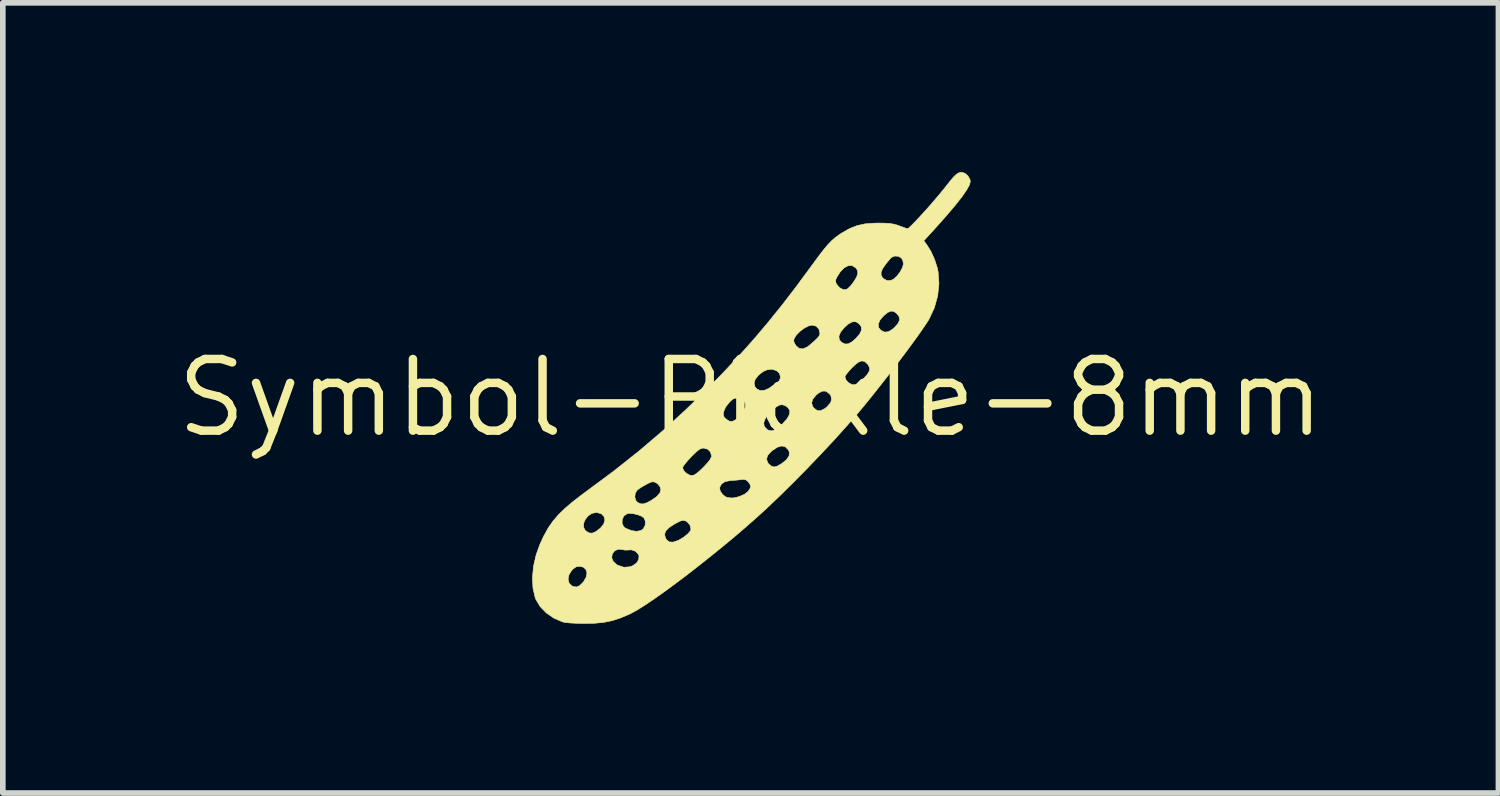
<source format=kicad_pcb>
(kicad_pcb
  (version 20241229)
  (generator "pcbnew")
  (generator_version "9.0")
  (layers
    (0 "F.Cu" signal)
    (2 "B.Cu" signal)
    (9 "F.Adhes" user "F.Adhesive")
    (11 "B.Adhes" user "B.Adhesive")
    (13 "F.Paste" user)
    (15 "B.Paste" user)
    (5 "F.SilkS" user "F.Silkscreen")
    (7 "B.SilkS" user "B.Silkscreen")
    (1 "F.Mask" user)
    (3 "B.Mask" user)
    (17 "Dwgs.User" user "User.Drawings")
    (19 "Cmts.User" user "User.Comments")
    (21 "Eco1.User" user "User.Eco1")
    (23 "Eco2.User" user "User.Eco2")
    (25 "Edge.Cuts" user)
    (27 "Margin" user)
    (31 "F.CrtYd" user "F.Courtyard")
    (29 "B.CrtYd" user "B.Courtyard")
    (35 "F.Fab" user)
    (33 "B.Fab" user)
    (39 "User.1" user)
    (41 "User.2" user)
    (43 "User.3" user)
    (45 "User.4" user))
  (footprint "Symbol-Pickle-8mm"
    (layer "F.Cu")
    (at 10.258 4.005)
    (property "Reference" "Symbol-Pickle-8mm" (at 0 0 0) (layer "F.SilkS") (effects (font (size 1.27 1.27) (thickness 0.15))))
    (attr through_hole)
    (fp_poly (pts (xy 3.801 -3.982) (xy 3.853 -3.936) (xy 3.887 -3.876) (xy 3.895 -3.836) (xy 3.879 -3.776) (xy 3.831 -3.689) (xy 3.752 -3.574) (xy 3.641 -3.432) (xy 3.499 -3.263) (xy 3.326 -3.067) (xy 3.253 -2.986) (xy 3.07 -2.786) (xy 3.123 -2.716) (xy 3.196 -2.6) (xy 3.26 -2.459) (xy 3.308 -2.312) (xy 3.324 -2.237) (xy 3.339 -2.025) (xy 3.316 -1.809) (xy 3.257 -1.597) (xy 3.164 -1.398) (xy 3.138 -1.355) (xy 3.061 -1.24) (xy 2.962 -1.098) (xy 2.844 -0.936) (xy 2.712 -0.758) (xy 2.57 -0.571) (xy 2.424 -0.38) (xy 2.276 -0.191) (xy 2.132 -0.01) (xy 1.996 0.157) (xy 1.897 0.275) (xy 1.702 0.499) (xy 1.484 0.741) (xy 1.25 0.992) (xy 1.007 1.246) (xy 0.762 1.494) (xy 0.523 1.73) (xy 0.296 1.947) (xy 0.116 2.111) (xy -0.079 2.283) (xy -0.285 2.46) (xy -0.499 2.637) (xy -0.716 2.813) (xy -0.933 2.985) (xy -1.145 3.15) (xy -1.35 3.304) (xy -1.543 3.445) (xy -1.72 3.57) (xy -1.878 3.676) (xy -2.013 3.761) (xy -2.121 3.82) (xy -2.141 3.83) (xy -2.303 3.899) (xy -2.452 3.948) (xy -2.602 3.979) (xy -2.766 3.995) (xy -2.951 3.999) (xy -3.084 3.996) (xy -3.199 3.99) (xy -3.287 3.981) (xy -3.334 3.971) (xy -3.487 3.905) (xy -3.622 3.812) (xy -3.731 3.7) (xy -3.807 3.574) (xy -3.82 3.54) (xy -3.859 3.372) (xy -3.867 3.212) (xy -3.236 3.212) (xy -3.22 3.28) (xy -3.174 3.33) (xy -3.148 3.342) (xy -3.088 3.352) (xy -3.033 3.33) (xy -2.974 3.273) (xy -2.963 3.259) (xy -2.916 3.179) (xy -2.902 3.104) (xy -2.92 3.042) (xy -2.966 3) (xy -3.039 2.985) (xy -3.095 2.995) (xy -3.147 3.032) (xy -3.173 3.059) (xy -3.221 3.136) (xy -3.236 3.212) (xy -3.867 3.212) (xy -3.868 3.184) (xy -3.849 2.982) (xy -3.815 2.834) (xy -2.463 2.834) (xy -2.435 2.9) (xy -2.373 2.956) (xy -2.349 2.969) (xy -2.245 3.002) (xy -2.142 2.994) (xy -2.085 2.972) (xy -2.022 2.926) (xy -1.985 2.866) (xy -1.979 2.802) (xy -1.988 2.775) (xy -2.041 2.718) (xy -2.114 2.693) (xy -2.162 2.696) (xy -2.226 2.698) (xy -2.276 2.688) (xy -2.346 2.682) (xy -2.411 2.711) (xy -2.453 2.766) (xy -2.463 2.834) (xy -3.815 2.834) (xy -3.801 2.776) (xy -3.736 2.597) (xy -3.667 2.446) (xy -3.651 2.419) (xy -1.526 2.419) (xy -1.51 2.482) (xy -1.491 2.514) (xy -1.441 2.553) (xy -1.371 2.556) (xy -1.279 2.524) (xy -1.272 2.52) (xy -1.185 2.468) (xy -1.115 2.412) (xy -1.07 2.36) (xy -1.058 2.325) (xy -1.077 2.25) (xy -1.129 2.193) (xy -1.157 2.179) (xy -1.193 2.171) (xy -1.234 2.178) (xy -1.291 2.204) (xy -1.346 2.234) (xy -1.446 2.298) (xy -1.505 2.358) (xy -1.526 2.419) (xy -3.651 2.419) (xy -3.593 2.313) (xy -3.575 2.286) (xy -2.963 2.286) (xy -2.937 2.343) (xy -2.926 2.354) (xy -2.869 2.392) (xy -2.811 2.398) (xy -2.747 2.372) (xy -2.668 2.312) (xy -2.661 2.306) (xy -2.605 2.236) (xy -2.6 2.219) (xy -2.279 2.219) (xy -2.254 2.278) (xy -2.217 2.31) (xy -2.117 2.351) (xy -2.024 2.365) (xy -1.948 2.352) (xy -1.906 2.324) (xy -1.87 2.259) (xy -1.867 2.185) (xy -1.89 2.129) (xy -1.933 2.097) (xy -2.002 2.07) (xy -2.08 2.052) (xy -2.152 2.047) (xy -2.192 2.054) (xy -2.247 2.093) (xy -2.276 2.153) (xy -2.279 2.219) (xy -2.6 2.219) (xy -2.584 2.166) (xy -2.598 2.104) (xy -2.643 2.057) (xy -2.717 2.033) (xy -2.743 2.032) (xy -2.817 2.048) (xy -2.881 2.091) (xy -2.93 2.151) (xy -2.959 2.219) (xy -2.963 2.286) (xy -3.575 2.286) (xy -3.51 2.192) (xy -3.413 2.077) (xy -3.296 1.962) (xy -3.155 1.842) (xy -3.047 1.759) (xy -2.053 1.759) (xy -2.034 1.821) (xy -2.006 1.851) (xy -1.955 1.877) (xy -1.901 1.879) (xy -1.834 1.856) (xy -1.757 1.814) (xy -1.663 1.748) (xy -1.609 1.686) (xy -1.592 1.625) (xy -1.597 1.608) (xy -0.55 1.608) (xy -0.534 1.661) (xy -0.493 1.715) (xy -0.442 1.754) (xy -0.418 1.763) (xy -0.355 1.773) (xy -0.302 1.772) (xy -0.24 1.759) (xy -0.196 1.746) (xy -0.108 1.708) (xy -0.042 1.655) (xy -0.005 1.596) (xy 0 1.567) (xy -0.014 1.527) (xy -0.045 1.484) (xy -0.082 1.453) (xy -0.125 1.444) (xy -0.177 1.449) (xy -0.256 1.458) (xy -0.344 1.465) (xy -0.367 1.467) (xy -0.455 1.484) (xy -0.517 1.526) (xy -0.548 1.586) (xy -0.55 1.608) (xy -1.597 1.608) (xy -1.604 1.579) (xy -1.643 1.528) (xy -1.685 1.498) (xy -1.721 1.487) (xy -1.758 1.49) (xy -1.809 1.511) (xy -1.856 1.536) (xy -1.925 1.575) (xy -1.984 1.614) (xy -2.012 1.636) (xy -2.046 1.691) (xy -2.053 1.759) (xy -3.047 1.759) (xy -2.984 1.71) (xy -2.885 1.637) (xy -2.416 1.289) (xy -2.351 1.237) (xy -1.206 1.237) (xy -1.188 1.285) (xy -1.144 1.332) (xy -1.087 1.366) (xy -1.043 1.376) (xy -1.005 1.368) (xy -0.959 1.34) (xy -0.899 1.289) (xy -0.838 1.23) (xy -0.762 1.149) (xy -0.716 1.089) (xy -0.714 1.084) (xy 0.282 1.084) (xy 0.303 1.148) (xy 0.325 1.174) (xy 0.372 1.212) (xy 0.417 1.224) (xy 0.472 1.209) (xy 0.547 1.167) (xy 0.552 1.163) (xy 0.636 1.096) (xy 0.682 1.027) (xy 0.686 0.96) (xy 0.669 0.921) (xy 0.616 0.867) (xy 0.553 0.851) (xy 0.476 0.873) (xy 0.385 0.933) (xy 0.366 0.948) (xy 0.303 1.018) (xy 0.282 1.084) (xy -0.714 1.084) (xy -0.695 1.044) (xy -0.693 1.028) (xy -0.712 0.958) (xy -0.762 0.908) (xy -0.834 0.889) (xy -0.836 0.889) (xy -0.872 0.894) (xy -0.911 0.913) (xy -0.958 0.951) (xy -1.023 1.013) (xy -1.055 1.045) (xy -1.118 1.114) (xy -1.169 1.175) (xy -1.2 1.22) (xy -1.206 1.237) (xy -2.351 1.237) (xy -1.978 0.941) (xy -1.56 0.585) (xy -1.4 0.439) (xy 0.232 0.439) (xy 0.241 0.504) (xy 0.29 0.557) (xy 0.307 0.568) (xy 0.363 0.584) (xy 0.426 0.569) (xy 0.5 0.519) (xy 0.567 0.459) (xy 0.649 0.366) (xy 0.691 0.288) (xy 0.694 0.221) (xy 0.657 0.167) (xy 0.612 0.137) (xy 0.56 0.12) (xy 0.507 0.128) (xy 0.448 0.163) (xy 0.374 0.229) (xy 0.333 0.272) (xy 0.262 0.362) (xy 0.232 0.439) (xy -1.4 0.439) (xy -1.252 0.304) (xy -0.484 0.304) (xy -0.468 0.343) (xy -0.436 0.374) (xy -0.379 0.412) (xy -0.327 0.418) (xy -0.271 0.391) (xy -0.204 0.328) (xy -0.198 0.323) (xy -0.13 0.24) (xy -0.095 0.172) (xy -0.091 0.112) (xy -0.099 0.091) (xy 1.081 0.091) (xy 1.102 0.154) (xy 1.126 0.184) (xy 1.182 0.224) (xy 1.243 0.226) (xy 1.314 0.19) (xy 1.355 0.156) (xy 1.417 0.085) (xy 1.439 0.019) (xy 1.42 -0.044) (xy 1.393 -0.078) (xy 1.334 -0.12) (xy 1.269 -0.121) (xy 1.197 -0.081) (xy 1.16 -0.049) (xy 1.1 0.025) (xy 1.081 0.091) (xy -0.099 0.091) (xy -0.109 0.065) (xy -0.145 0.024) (xy -0.202 0.006) (xy -0.22 0.004) (xy -0.271 0.004) (xy -0.312 0.019) (xy -0.357 0.057) (xy -0.382 0.083) (xy -0.443 0.162) (xy -0.476 0.239) (xy -0.478 0.247) (xy -0.484 0.304) (xy -1.252 0.304) (xy -1.152 0.212) (xy -0.802 -0.127) (xy -0.673 -0.258) (xy 0.062 -0.258) (xy 0.076 -0.199) (xy 0.115 -0.155) (xy 0.173 -0.131) (xy 0.245 -0.135) (xy 0.325 -0.17) (xy 0.339 -0.18) (xy 0.39 -0.213) (xy 0.429 -0.232) (xy 0.437 -0.233) (xy 0.471 -0.251) (xy 0.504 -0.295) (xy 0.526 -0.349) (xy 0.529 -0.375) (xy 1.672 -0.375) (xy 1.691 -0.318) (xy 1.737 -0.268) (xy 1.798 -0.237) (xy 1.829 -0.233) (xy 1.873 -0.239) (xy 1.915 -0.261) (xy 1.967 -0.307) (xy 2.008 -0.348) (xy 2.073 -0.422) (xy 2.106 -0.48) (xy 2.111 -0.529) (xy 2.089 -0.578) (xy 2.073 -0.6) (xy 2.024 -0.646) (xy 1.972 -0.657) (xy 1.912 -0.635) (xy 1.839 -0.577) (xy 1.792 -0.531) (xy 1.736 -0.469) (xy 1.694 -0.416) (xy 1.673 -0.38) (xy 1.672 -0.375) (xy 0.529 -0.375) (xy 0.529 -0.375) (xy 0.51 -0.438) (xy 0.459 -0.484) (xy 0.387 -0.507) (xy 0.369 -0.508) (xy 0.292 -0.499) (xy 0.222 -0.468) (xy 0.147 -0.409) (xy 0.132 -0.395) (xy 0.079 -0.325) (xy 0.062 -0.258) (xy -0.673 -0.258) (xy -0.501 -0.432) (xy -0.221 -0.73) (xy 0.035 -1.016) (xy 0.762 -1.016) (xy 0.775 -0.975) (xy 0.805 -0.925) (xy 0.806 -0.924) (xy 0.862 -0.877) (xy 0.927 -0.87) (xy 1.003 -0.903) (xy 1.06 -0.947) (xy 1.136 -1.014) (xy 1.184 -1.061) (xy 1.212 -1.094) (xy 1.213 -1.096) (xy 1.565 -1.096) (xy 1.572 -1.032) (xy 1.613 -0.985) (xy 1.674 -0.956) (xy 1.732 -0.959) (xy 1.798 -0.995) (xy 1.866 -1.055) (xy 1.935 -1.136) (xy 1.966 -1.204) (xy 1.961 -1.263) (xy 1.929 -1.308) (xy 2.263 -1.308) (xy 2.27 -1.245) (xy 2.312 -1.197) (xy 2.377 -1.167) (xy 2.442 -1.173) (xy 2.513 -1.216) (xy 2.555 -1.253) (xy 2.618 -1.326) (xy 2.643 -1.388) (xy 2.631 -1.445) (xy 2.594 -1.493) (xy 2.541 -1.533) (xy 2.488 -1.54) (xy 2.428 -1.514) (xy 2.36 -1.458) (xy 2.293 -1.381) (xy 2.263 -1.308) (xy 1.929 -1.308) (xy 1.926 -1.312) (xy 1.869 -1.35) (xy 1.806 -1.35) (xy 1.735 -1.313) (xy 1.668 -1.255) (xy 1.597 -1.171) (xy 1.565 -1.096) (xy 1.213 -1.096) (xy 1.225 -1.12) (xy 1.228 -1.147) (xy 1.228 -1.149) (xy 1.21 -1.222) (xy 1.162 -1.272) (xy 1.093 -1.291) (xy 1.092 -1.291) (xy 1.026 -1.276) (xy 0.951 -1.237) (xy 0.877 -1.182) (xy 0.814 -1.119) (xy 0.773 -1.057) (xy 0.762 -1.016) (xy 0.035 -1.016) (xy 0.046 -1.028) (xy 0.305 -1.334) (xy 0.564 -1.655) (xy 0.828 -1.999) (xy 0.871 -2.059) (xy 1.506 -2.059) (xy 1.524 -2.017) (xy 1.525 -2.016) (xy 1.575 -1.956) (xy 1.638 -1.922) (xy 1.696 -1.921) (xy 1.729 -1.943) (xy 1.775 -1.99) (xy 1.821 -2.049) (xy 1.877 -2.138) (xy 1.892 -2.18) (xy 2.313 -2.18) (xy 2.336 -2.135) (xy 2.353 -2.117) (xy 2.419 -2.08) (xy 2.49 -2.084) (xy 2.537 -2.108) (xy 2.596 -2.163) (xy 2.651 -2.234) (xy 2.691 -2.309) (xy 2.709 -2.372) (xy 2.709 -2.377) (xy 2.698 -2.437) (xy 2.674 -2.48) (xy 2.621 -2.511) (xy 2.556 -2.516) (xy 2.499 -2.493) (xy 2.486 -2.482) (xy 2.399 -2.378) (xy 2.342 -2.296) (xy 2.314 -2.232) (xy 2.313 -2.18) (xy 1.892 -2.18) (xy 1.901 -2.207) (xy 1.894 -2.264) (xy 1.863 -2.307) (xy 1.799 -2.346) (xy 1.73 -2.345) (xy 1.658 -2.307) (xy 1.587 -2.233) (xy 1.531 -2.145) (xy 1.508 -2.094) (xy 1.506 -2.059) (xy 0.871 -2.059) (xy 1.104 -2.374) (xy 1.109 -2.381) (xy 1.211 -2.52) (xy 1.295 -2.629) (xy 1.367 -2.715) (xy 1.433 -2.784) (xy 1.498 -2.841) (xy 1.568 -2.893) (xy 1.611 -2.921) (xy 1.751 -3.001) (xy 1.887 -3.055) (xy 2.033 -3.087) (xy 2.201 -3.099) (xy 2.265 -3.1) (xy 2.383 -3.098) (xy 2.472 -3.092) (xy 2.543 -3.08) (xy 2.61 -3.061) (xy 2.635 -3.051) (xy 2.704 -3.026) (xy 2.757 -3.007) (xy 2.781 -2.999) (xy 2.802 -3.013) (xy 2.846 -3.053) (xy 2.909 -3.117) (xy 2.985 -3.197) (xy 3.07 -3.29) (xy 3.16 -3.39) (xy 3.249 -3.493) (xy 3.334 -3.593) (xy 3.41 -3.685) (xy 3.455 -3.741) (xy 3.535 -3.842) (xy 3.595 -3.914) (xy 3.643 -3.96) (xy 3.682 -3.987) (xy 3.719 -3.999) (xy 3.746 -4) (xy 3.801 -3.982)) (stroke (width 0.01) (type solid)) (fill yes) (layer "F.SilkS")))
  (gr_rect
    (start -3 -3)
    (end 23.516 11.01)
    (stroke (width 0.1) (type default))
    (fill no)
    (layer "Edge.Cuts")))
</source>
